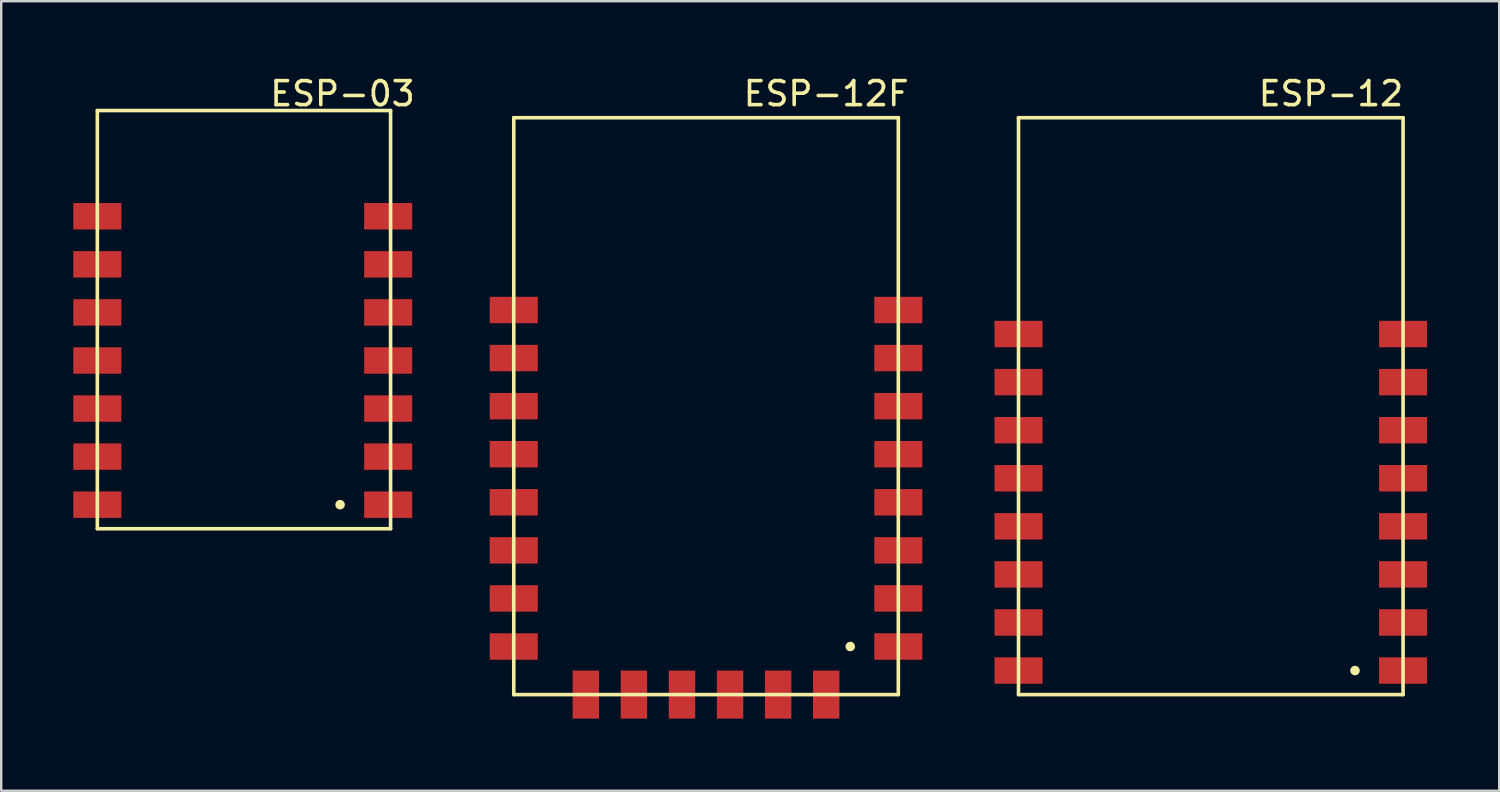
<source format=kicad_pcb>
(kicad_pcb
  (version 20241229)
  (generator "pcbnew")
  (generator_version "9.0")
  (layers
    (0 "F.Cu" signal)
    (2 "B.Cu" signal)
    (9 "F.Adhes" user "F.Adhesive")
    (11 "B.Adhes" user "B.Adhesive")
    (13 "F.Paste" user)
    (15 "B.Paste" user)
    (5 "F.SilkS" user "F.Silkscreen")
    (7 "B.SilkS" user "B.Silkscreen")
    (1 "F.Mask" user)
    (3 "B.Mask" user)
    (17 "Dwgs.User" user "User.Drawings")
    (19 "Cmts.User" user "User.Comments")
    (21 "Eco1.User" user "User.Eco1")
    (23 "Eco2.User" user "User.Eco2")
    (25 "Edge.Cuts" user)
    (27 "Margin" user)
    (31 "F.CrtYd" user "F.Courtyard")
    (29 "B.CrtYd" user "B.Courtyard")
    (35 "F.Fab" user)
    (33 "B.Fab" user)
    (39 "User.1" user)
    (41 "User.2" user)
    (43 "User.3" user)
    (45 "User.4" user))
  (footprint "ESP-12F"
    (layer "F.Cu")
    (at 34.325 23.848)
    (property "Reference" "ESP-12F" (at -3 -23 0) (layer "F.SilkS") (effects (font (size 1 1) (thickness 0.15))))
    (attr through_hole)
    (fp_line (start -16 -22) (end -16 2) (stroke (width 0.15) (type solid)) (layer "F.SilkS"))
    (fp_line (start -16 2) (end 0 2) (stroke (width 0.15) (type solid)) (layer "F.SilkS"))
    (fp_line (start 0 -22) (end -16 -22) (stroke (width 0.15) (type solid)) (layer "F.SilkS"))
    (fp_line (start 0 2) (end 0 -22) (stroke (width 0.15) (type solid)) (layer "F.SilkS"))
    (fp_circle (center -2 0) (end -2 0.1) (stroke (width 0.2) (type solid)) (fill no) (layer "F.SilkS"))
    (pad "1" smd rect (at 0 0) (size 2 1.1) (layers "F.Cu" "F.Mask" "F.Paste"))
    (pad "2" smd rect (at 0 -2) (size 2 1.1) (layers "F.Cu" "F.Mask" "F.Paste"))
    (pad "3" smd rect (at 0 -4) (size 2 1.1) (layers "F.Cu" "F.Mask" "F.Paste"))
    (pad "4" smd rect (at 0 -6) (size 2 1.1) (layers "F.Cu" "F.Mask" "F.Paste"))
    (pad "5" smd rect (at 0 -8) (size 2 1.1) (layers "F.Cu" "F.Mask" "F.Paste"))
    (pad "6" smd rect (at 0 -10) (size 2 1.1) (layers "F.Cu" "F.Mask" "F.Paste"))
    (pad "7" smd rect (at 0 -12) (size 2 1.1) (layers "F.Cu" "F.Mask" "F.Paste"))
    (pad "8" smd rect (at 0 -14) (size 2 1.1) (layers "F.Cu" "F.Mask" "F.Paste"))
    (pad "9" smd rect (at -16 -14) (size 2 1.1) (layers "F.Cu" "F.Mask" "F.Paste"))
    (pad "10" smd rect (at -16 -12) (size 2 1.1) (layers "F.Cu" "F.Mask" "F.Paste"))
    (pad "11" smd rect (at -16 -10) (size 2 1.1) (layers "F.Cu" "F.Mask" "F.Paste"))
    (pad "12" smd rect (at -16 -8) (size 2 1.1) (layers "F.Cu" "F.Mask" "F.Paste"))
    (pad "13" smd rect (at -16 -6) (size 2 1.1) (layers "F.Cu" "F.Mask" "F.Paste"))
    (pad "14" smd rect (at -16 -4) (size 2 1.1) (layers "F.Cu" "F.Mask" "F.Paste"))
    (pad "15" smd rect (at -16 -2) (size 2 1.1) (layers "F.Cu" "F.Mask" "F.Paste"))
    (pad "16" smd rect (at -16 0) (size 2 1.1) (layers "F.Cu" "F.Mask" "F.Paste"))
    (pad "17" smd rect (at -13 2) (size 1.1 2) (layers "F.Cu" "F.Mask" "F.Paste"))
    (pad "18" smd rect (at -11 2) (size 1.1 2) (layers "F.Cu" "F.Mask" "F.Paste"))
    (pad "19" smd rect (at -9 2) (size 1.1 2) (layers "F.Cu" "F.Mask" "F.Paste"))
    (pad "20" smd rect (at -7 2) (size 1.1 2) (layers "F.Cu" "F.Mask" "F.Paste"))
    (pad "21" smd rect (at -5 2) (size 1.1 2) (layers "F.Cu" "F.Mask" "F.Paste"))
    (pad "22" smd rect (at -3 2) (size 1.1 2) (layers "F.Cu" "F.Mask" "F.Paste")))
  (footprint "ESP-12"
    (layer "F.Cu")
    (at 55.325 24.848)
    (property "Reference" "ESP-12" (at -3 -24 0) (layer "F.SilkS") (effects (font (size 1 1) (thickness 0.15))))
    (attr through_hole)
    (fp_line (start -16 -23) (end -16 1) (stroke (width 0.15) (type solid)) (layer "F.SilkS"))
    (fp_line (start -16 1) (end 0 1) (stroke (width 0.15) (type solid)) (layer "F.SilkS"))
    (fp_line (start 0 -23) (end -16 -23) (stroke (width 0.15) (type solid)) (layer "F.SilkS"))
    (fp_line (start 0 1) (end 0 -23) (stroke (width 0.15) (type solid)) (layer "F.SilkS"))
    (fp_circle (center -2 0) (end -2 0.1) (stroke (width 0.2) (type solid)) (fill no) (layer "F.SilkS"))
    (pad "1" smd rect (at 0 0) (size 2 1.1) (layers "F.Cu" "F.Mask" "F.Paste"))
    (pad "2" smd rect (at 0 -2) (size 2 1.1) (layers "F.Cu" "F.Mask" "F.Paste"))
    (pad "3" smd rect (at 0 -4) (size 2 1.1) (layers "F.Cu" "F.Mask" "F.Paste"))
    (pad "4" smd rect (at 0 -6) (size 2 1.1) (layers "F.Cu" "F.Mask" "F.Paste"))
    (pad "5" smd rect (at 0 -8) (size 2 1.1) (layers "F.Cu" "F.Mask" "F.Paste"))
    (pad "6" smd rect (at 0 -10) (size 2 1.1) (layers "F.Cu" "F.Mask" "F.Paste"))
    (pad "7" smd rect (at 0 -12) (size 2 1.1) (layers "F.Cu" "F.Mask" "F.Paste"))
    (pad "8" smd rect (at 0 -14) (size 2 1.1) (layers "F.Cu" "F.Mask" "F.Paste"))
    (pad "9" smd rect (at -16 -14) (size 2 1.1) (layers "F.Cu" "F.Mask" "F.Paste"))
    (pad "10" smd rect (at -16 -12) (size 2 1.1) (layers "F.Cu" "F.Mask" "F.Paste"))
    (pad "11" smd rect (at -16 -10) (size 2 1.1) (layers "F.Cu" "F.Mask" "F.Paste"))
    (pad "12" smd rect (at -16 -8) (size 2 1.1) (layers "F.Cu" "F.Mask" "F.Paste"))
    (pad "13" smd rect (at -16 -6) (size 2 1.1) (layers "F.Cu" "F.Mask" "F.Paste"))
    (pad "14" smd rect (at -16 -4) (size 2 1.1) (layers "F.Cu" "F.Mask" "F.Paste"))
    (pad "15" smd rect (at -16 -2) (size 2 1.1) (layers "F.Cu" "F.Mask" "F.Paste"))
    (pad "16" smd rect (at -16 0) (size 2 1.1) (layers "F.Cu" "F.Mask" "F.Paste")))
  (footprint "ESP-03"
    (layer "F.Cu")
    (at 13.1 17.948)
    (property "Reference" "ESP-03" (at -1.9 -17.1 0) (layer "F.SilkS") (effects (font (size 1 1) (thickness 0.15))))
    (attr through_hole)
    (fp_line (start -12.1 -16.4) (end -12.1 1) (stroke (width 0.15) (type solid)) (layer "F.SilkS"))
    (fp_line (start -12.1 1) (end 0.1 1) (stroke (width 0.15) (type solid)) (layer "F.SilkS"))
    (fp_line (start 0.1 -16.4) (end -12.1 -16.4) (stroke (width 0.15) (type solid)) (layer "F.SilkS"))
    (fp_line (start 0.1 1) (end 0.1 -16.4) (stroke (width 0.15) (type solid)) (layer "F.SilkS"))
    (fp_circle (center -2 0) (end -2 0.1) (stroke (width 0.2) (type solid)) (fill no) (layer "F.SilkS"))
    (pad "1" smd rect (at 0 0) (size 2 1.1) (layers "F.Cu" "F.Mask" "F.Paste"))
    (pad "2" smd rect (at 0 -2) (size 2 1.1) (layers "F.Cu" "F.Mask" "F.Paste"))
    (pad "3" smd rect (at 0 -4) (size 2 1.1) (layers "F.Cu" "F.Mask" "F.Paste"))
    (pad "4" smd rect (at 0 -6) (size 2 1.1) (layers "F.Cu" "F.Mask" "F.Paste"))
    (pad "5" smd rect (at 0 -8) (size 2 1.1) (layers "F.Cu" "F.Mask" "F.Paste"))
    (pad "6" smd rect (at 0 -10) (size 2 1.1) (layers "F.Cu" "F.Mask" "F.Paste"))
    (pad "7" smd rect (at 0 -12) (size 2 1.1) (layers "F.Cu" "F.Mask" "F.Paste"))
    (pad "8" smd rect (at -12.1 -12) (size 2 1.1) (layers "F.Cu" "F.Mask" "F.Paste"))
    (pad "9" smd rect (at -12.1 -10) (size 2 1.1) (layers "F.Cu" "F.Mask" "F.Paste"))
    (pad "10" smd rect (at -12.1 -8) (size 2 1.1) (layers "F.Cu" "F.Mask" "F.Paste"))
    (pad "11" smd rect (at -12.1 -6) (size 2 1.1) (layers "F.Cu" "F.Mask" "F.Paste"))
    (pad "12" smd rect (at -12.1 -4) (size 2 1.1) (layers "F.Cu" "F.Mask" "F.Paste"))
    (pad "13" smd rect (at -12.1 -2) (size 2 1.1) (layers "F.Cu" "F.Mask" "F.Paste"))
    (pad "14" smd rect (at -12.1 0) (size 2 1.1) (layers "F.Cu" "F.Mask" "F.Paste")))
  (gr_rect
    (start -3 -3)
    (end 59.325 29.848)
    (stroke (width 0.1) (type default))
    (fill no)
    (layer "Edge.Cuts")))
</source>
